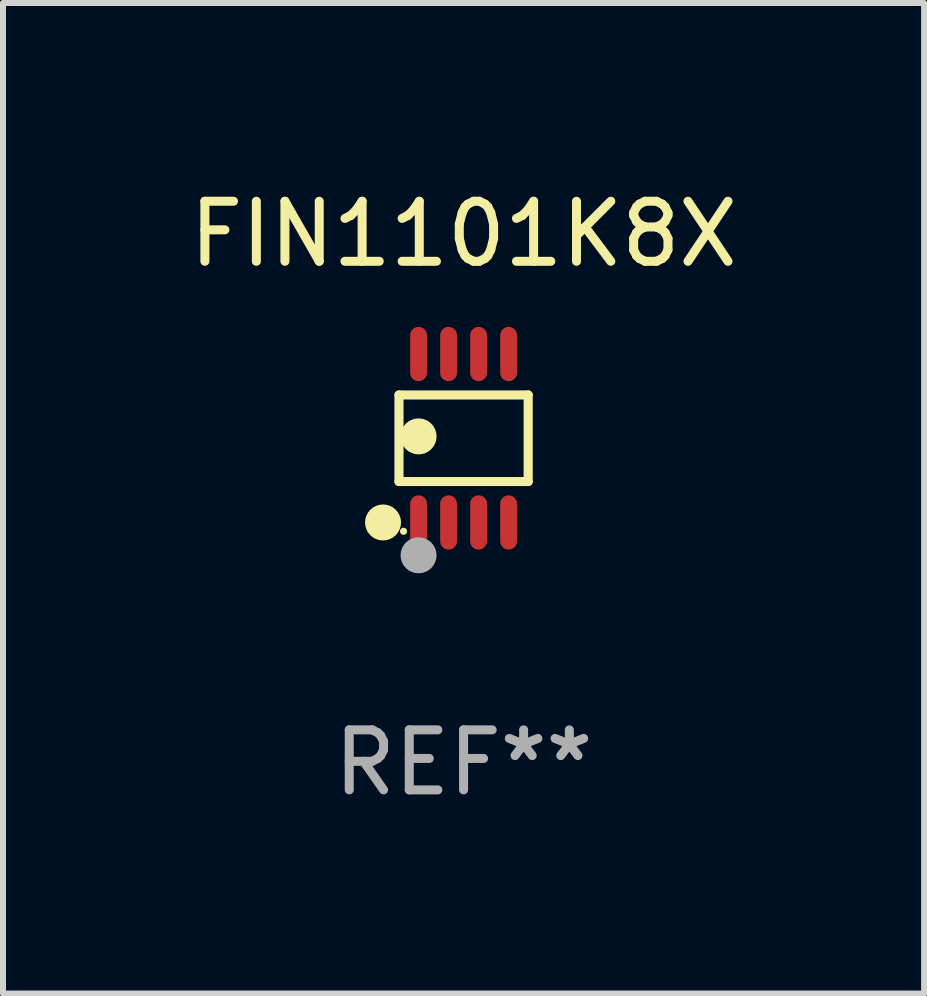
<source format=kicad_pcb>
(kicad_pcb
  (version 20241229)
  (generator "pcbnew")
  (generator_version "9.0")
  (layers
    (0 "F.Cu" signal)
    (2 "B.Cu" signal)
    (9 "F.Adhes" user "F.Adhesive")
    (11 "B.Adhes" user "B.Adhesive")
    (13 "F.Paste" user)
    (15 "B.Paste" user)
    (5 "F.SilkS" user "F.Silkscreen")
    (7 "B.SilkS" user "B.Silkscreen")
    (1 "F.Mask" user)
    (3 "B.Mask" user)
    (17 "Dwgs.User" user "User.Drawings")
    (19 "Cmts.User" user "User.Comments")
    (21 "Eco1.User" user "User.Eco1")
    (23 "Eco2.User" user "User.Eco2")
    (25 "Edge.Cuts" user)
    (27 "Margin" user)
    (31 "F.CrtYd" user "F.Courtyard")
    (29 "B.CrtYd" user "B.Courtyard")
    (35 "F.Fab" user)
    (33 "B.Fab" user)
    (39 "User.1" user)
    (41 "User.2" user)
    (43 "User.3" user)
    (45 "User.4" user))
  (footprint "FIN1101K8X"
    (layer "F.Cu")
    (at 4.673 4.251)
    (property "Reference" "FIN1101K8X" (at 0 -3.403 0) (layer "F.SilkS") (effects (font (size 1 1) (thickness 0.15))))
    (attr through_hole)
    (fp_line (start -1.076 -0.721) (end 1.076 -0.721) (stroke (width 0.152) (type solid)) (layer "F.SilkS"))
    (fp_line (start -1.076 0.721) (end -1.076 -0.721) (stroke (width 0.152) (type solid)) (layer "F.SilkS"))
    (fp_line (start 1.076 -0.721) (end 1.076 0.721) (stroke (width 0.152) (type solid)) (layer "F.SilkS"))
    (fp_line (start 1.076 0.721) (end -1.076 0.721) (stroke (width 0.152) (type solid)) (layer "F.SilkS"))
    (fp_circle (center -1.342 1.403) (end -1.192 1.403) (stroke (width 0.3) (type solid)) (fill no) (layer "F.SilkS"))
    (fp_circle (center -1 1.55) (end -0.97 1.55) (stroke (width 0.06) (type solid)) (fill no) (layer "F.SilkS"))
    (fp_circle (center -0.75 -0.031) (end -0.6 -0.031) (stroke (width 0.3) (type solid)) (fill no) (layer "F.SilkS"))
    (fp_circle (center -0.75 1.95) (end -0.6 1.95) (stroke (width 0.3) (type solid)) (fill no) (layer "F.Fab"))
    (fp_text user "REF**" (at 0 5.403 0) (layer "F.Fab") (effects (font (size 1 1) (thickness 0.15))))
    (pad "1" smd oval (at -0.75 1.403) (size 0.28 0.905) (layers "F.Cu" "F.Mask" "F.Paste"))
    (pad "2" smd oval (at -0.25 1.403) (size 0.28 0.905) (layers "F.Cu" "F.Mask" "F.Paste"))
    (pad "3" smd oval (at 0.25 1.403) (size 0.28 0.905) (layers "F.Cu" "F.Mask" "F.Paste"))
    (pad "4" smd oval (at 0.75 1.403) (size 0.28 0.905) (layers "F.Cu" "F.Mask" "F.Paste"))
    (pad "5" smd oval (at 0.75 -1.403) (size 0.28 0.905) (layers "F.Cu" "F.Mask" "F.Paste"))
    (pad "6" smd oval (at 0.25 -1.403) (size 0.28 0.905) (layers "F.Cu" "F.Mask" "F.Paste"))
    (pad "7" smd oval (at -0.25 -1.403) (size 0.28 0.905) (layers "F.Cu" "F.Mask" "F.Paste"))
    (pad "8" smd oval (at -0.75 -1.403) (size 0.28 0.905) (layers "F.Cu" "F.Mask" "F.Paste")))
  (gr_rect
    (start -3 -3)
    (end 12.345 13.502)
    (stroke (width 0.1) (type default))
    (fill no)
    (layer "Edge.Cuts")))
</source>
